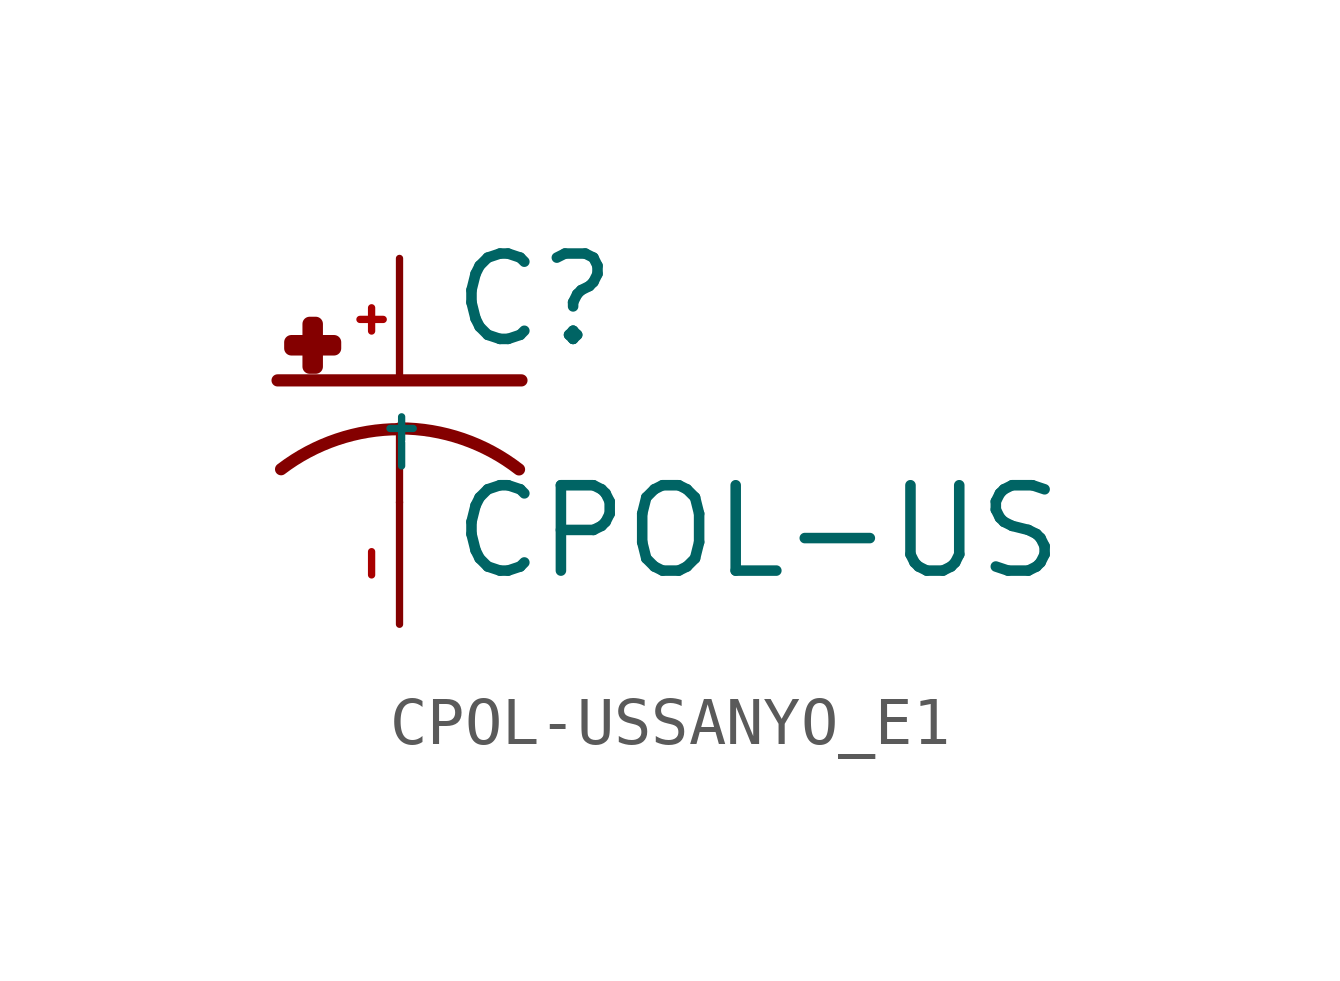
<source format=kicad_sym>
(kicad_symbol_lib
  (version 20220914)
  (generator Eagle2Kicad)
  (symbol "CPOL-USSANYO_E1"
    (property "Reference" "C"
      (at 1.016 0.635 0)
      (effects (font (size 1.778 1.778) (thickness 0.22)) (justify left bottom)))
    (property "Value" "CPOL-US"
      (at 1.016 -4.191 0)
      (effects (font (size 1.778 1.778) (thickness 0.22)) (justify left bottom)))
    (polyline
      (pts (xy -2.54 0) (xy 2.54 0))
      (stroke (width 0.254) (type default))
      (fill (type none)))
    (polyline
      (pts (xy 0 -1.016) (xy 0 -2.54))
      (stroke (width 0.152) (type default))
      (fill (type none)))
    (arc
      (start 2.4892 -1.8542)
      (mid 1.316 -1.220)
      (end 0 -1)
      (stroke (width 0.254) (type default))
      (fill (type none)))
    (arc
      (start 0 -1.0161)
      (mid -1.302 -1.230)
      (end -2.4669 -1.8504)
      (stroke (width 0.254) (type default))
      (fill (type none)))
    (rectangle
      (start -2.253 0.668)
      (end -1.364 0.795)
      (stroke (width 0.3) (type default))
      (fill (type outline)))
    (rectangle
      (start -1.872 0.287)
      (end -1.745 1.176)
      (stroke (width 0.3) (type default))
      (fill (type outline)))
    (pin passive line
      (at 0 2.54 270)
      (length 2.54)
      (name "+" (effects (font (size 0.635 0.635) (thickness 0.08)) (justify left bottom)))
      (number "+" (effects (font (size 0.635 0.635) (thickness 0.08)) (justify left bottom))))
    (pin passive line
      (at 0 -5.08 90)
      (length 2.54)
      (name "-" (effects (font (size 0.635 0.635) (thickness 0.08)) (justify left bottom)))
      (number "-" (effects (font (size 0.635 0.635) (thickness 0.08)) (justify left bottom))))))
</source>
